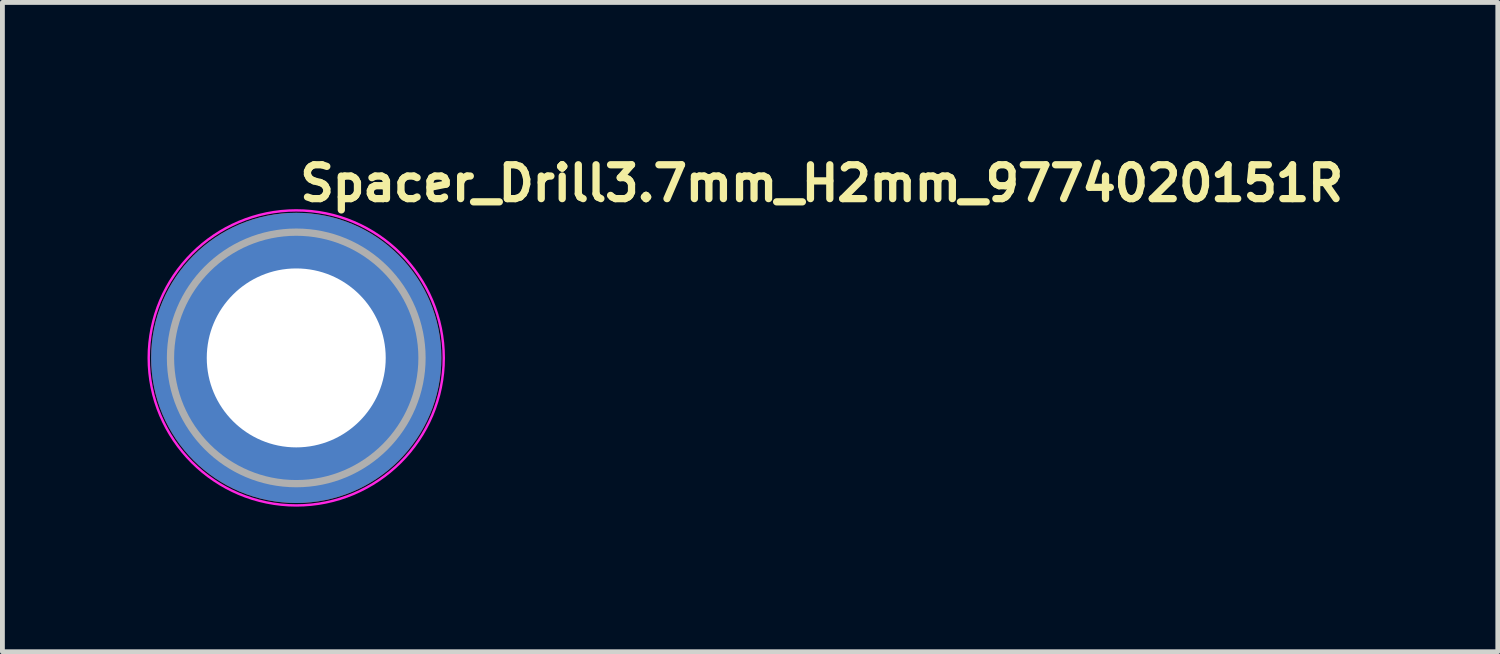
<source format=kicad_pcb>
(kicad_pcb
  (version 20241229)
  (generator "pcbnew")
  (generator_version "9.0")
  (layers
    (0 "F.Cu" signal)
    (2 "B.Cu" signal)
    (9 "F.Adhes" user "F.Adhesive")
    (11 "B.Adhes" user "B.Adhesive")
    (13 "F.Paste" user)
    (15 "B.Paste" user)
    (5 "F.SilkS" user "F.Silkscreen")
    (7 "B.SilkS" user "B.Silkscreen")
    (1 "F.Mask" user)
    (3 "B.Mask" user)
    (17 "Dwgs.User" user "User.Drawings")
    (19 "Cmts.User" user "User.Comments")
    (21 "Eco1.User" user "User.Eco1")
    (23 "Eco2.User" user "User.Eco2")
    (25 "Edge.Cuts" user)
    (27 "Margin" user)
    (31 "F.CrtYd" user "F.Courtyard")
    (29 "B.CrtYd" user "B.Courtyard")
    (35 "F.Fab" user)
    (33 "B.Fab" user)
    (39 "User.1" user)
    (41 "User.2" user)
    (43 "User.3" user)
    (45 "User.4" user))
  (footprint "Spacer_Drill3.7mm_H2mm_9774020151R"
    (layer "F.Cu")
    (at 3.075 4.35)
    (property "Reference" "Spacer_Drill3.7mm_H2mm_9774020151R" (at 0 -3.2 0) (layer "F.SilkS") (effects (font (size 0.7 0.7) (thickness 0.15)) (justify left bottom)))
    (attr smd)
    (fp_circle (center 0 0) (end 3.05 0) (stroke (width 0.05) (type solid)) (fill no) (layer "F.CrtYd"))
    (fp_circle (center 0 0) (end 2.6 0) (stroke (width 0.15) (type solid)) (fill no) (layer "F.Fab"))
    (fp_circle (center 0 0) (end 2.6 0) (stroke (width 0.1) (type solid)) (fill no) (layer "User.5"))
    (fp_circle (center 0 0) (end 1 0) (stroke (width 0.02) (type default)) (fill no) (layer "User.9"))
    (fp_circle (center 0 0) (end 2.55 0) (stroke (width 0.02) (type default)) (fill no) (layer "User.9"))
    (pad "" smd custom (at -1.7 -1.7) (size 0.62 0.62) (layers "F.Paste") (options (anchor circle)) (primitives (gr_arc (start -0.250195 1.279127) (mid 0.285453 0.294389) (end 1.266786 -0.24747) (width 0.2)) (gr_arc (start -0.34334 1.279127) (mid 0.218448 0.232561) (end 1.259603 -0.339191) (width 0.2)) (gr_arc (start -0.436309 1.279127) (mid 0.152481 0.169693) (end 1.255279 -0.431435) (width 0.2)) (gr_arc (start -0.529126 1.279127) (mid 0.087542 0.105784) (end 1.253811 -0.524161) (width 0.2)) (gr_arc (start -0.621807 1.279127) (mid 0.0309 0.033527) (end 1.275473 -0.621136) (width 0.2)) (gr_arc (start -0.71437 1.279127) (mid -0.037758 -0.026651) (end 1.263664 -0.711602) (width 0.2)) (gr_arc (start -0.806826 1.279127) (mid -0.105837 -0.087395) (end 1.253435 -0.802342) (width 0.2)) (gr_arc (start -0.899187 1.279127) (mid -0.165236 -0.156885) (end 1.267475 -0.897258) (width 0.2)) (gr_arc (start -0.991463 1.279127) (mid -0.228522 -0.222449) (end 1.270645 -0.990112) (width 0.2)) (gr_arc (start -1.083663 1.279127) (mid -0.294507 -0.285313) (end 1.266278 -1.081674) (width 0.2)) (gr_line (start 1.279 -0.25) (end 1.279 -1.084) (width 0.2)) (gr_line (start -0.25 1.279) (end -1.084 1.279) (width 0.2))))
    (pad "" smd custom (at -1.7 1.7 90) (size 0.62 0.62) (layers "F.Paste") (options (anchor circle)) (primitives (gr_arc (start -0.250195 1.279127) (mid 0.285453 0.294389) (end 1.266786 -0.24747) (width 0.2)) (gr_arc (start -0.34334 1.279127) (mid 0.218448 0.232561) (end 1.259603 -0.339191) (width 0.2)) (gr_arc (start -0.436309 1.279127) (mid 0.152481 0.169693) (end 1.255279 -0.431435) (width 0.2)) (gr_arc (start -0.529126 1.279127) (mid 0.087542 0.105784) (end 1.253811 -0.524161) (width 0.2)) (gr_arc (start -0.621807 1.279127) (mid 0.0309 0.033527) (end 1.275473 -0.621136) (width 0.2)) (gr_arc (start -0.71437 1.279127) (mid -0.037758 -0.026651) (end 1.263664 -0.711602) (width 0.2)) (gr_arc (start -0.806826 1.279127) (mid -0.105837 -0.087395) (end 1.253435 -0.802342) (width 0.2)) (gr_arc (start -0.899187 1.279127) (mid -0.165236 -0.156885) (end 1.267475 -0.897258) (width 0.2)) (gr_arc (start -0.991463 1.279127) (mid -0.228522 -0.222449) (end 1.270645 -0.990112) (width 0.2)) (gr_arc (start -1.083663 1.279127) (mid -0.294507 -0.285313) (end 1.266278 -1.081674) (width 0.2)) (gr_line (start 1.279 -0.25) (end 1.279 -1.084) (width 0.2)) (gr_line (start -0.25 1.279) (end -1.084 1.279) (width 0.2))))
    (pad "" smd custom (at 1.7 -1.7 270) (size 0.62 0.62) (layers "F.Paste") (options (anchor circle)) (primitives (gr_arc (start -0.250195 1.279127) (mid 0.285453 0.294389) (end 1.266786 -0.24747) (width 0.2)) (gr_arc (start -0.34334 1.279127) (mid 0.218448 0.232561) (end 1.259603 -0.339191) (width 0.2)) (gr_arc (start -0.436309 1.279127) (mid 0.152481 0.169693) (end 1.255279 -0.431435) (width 0.2)) (gr_arc (start -0.529126 1.279127) (mid 0.087542 0.105784) (end 1.253811 -0.524161) (width 0.2)) (gr_arc (start -0.621807 1.279127) (mid 0.0309 0.033527) (end 1.275473 -0.621136) (width 0.2)) (gr_arc (start -0.71437 1.279127) (mid -0.037758 -0.026651) (end 1.263664 -0.711602) (width 0.2)) (gr_arc (start -0.806826 1.279127) (mid -0.105837 -0.087395) (end 1.253435 -0.802342) (width 0.2)) (gr_arc (start -0.899187 1.279127) (mid -0.165236 -0.156885) (end 1.267475 -0.897258) (width 0.2)) (gr_arc (start -0.991463 1.279127) (mid -0.228522 -0.222449) (end 1.270645 -0.990112) (width 0.2)) (gr_arc (start -1.083663 1.279127) (mid -0.294507 -0.285313) (end 1.266278 -1.081674) (width 0.2)) (gr_line (start 1.279 -0.25) (end 1.279 -1.084) (width 0.2)) (gr_line (start -0.25 1.279) (end -1.084 1.279) (width 0.2))))
    (pad "" smd custom (at 1.7 1.7 180) (size 0.62 0.62) (layers "F.Paste") (options (anchor circle)) (primitives (gr_arc (start -0.250195 1.279127) (mid 0.285453 0.294389) (end 1.266786 -0.24747) (width 0.2)) (gr_arc (start -0.34334 1.279127) (mid 0.218448 0.232561) (end 1.259603 -0.339191) (width 0.2)) (gr_arc (start -0.436309 1.279127) (mid 0.152481 0.169693) (end 1.255279 -0.431435) (width 0.2)) (gr_arc (start -0.529126 1.279127) (mid 0.087542 0.105784) (end 1.253811 -0.524161) (width 0.2)) (gr_arc (start -0.621807 1.279127) (mid 0.0309 0.033527) (end 1.275473 -0.621136) (width 0.2)) (gr_arc (start -0.71437 1.279127) (mid -0.037758 -0.026651) (end 1.263664 -0.711602) (width 0.2)) (gr_arc (start -0.806826 1.279127) (mid -0.105837 -0.087395) (end 1.253435 -0.802342) (width 0.2)) (gr_arc (start -0.899187 1.279127) (mid -0.165236 -0.156885) (end 1.267475 -0.897258) (width 0.2)) (gr_arc (start -0.991463 1.279127) (mid -0.228522 -0.222449) (end 1.270645 -0.990112) (width 0.2)) (gr_arc (start -1.083663 1.279127) (mid -0.294507 -0.285313) (end 1.266278 -1.081674) (width 0.2)) (gr_line (start 1.279 -0.25) (end 1.279 -1.084) (width 0.2)) (gr_line (start -0.25 1.279) (end -1.084 1.279) (width 0.2))))
    (pad "1" thru_hole circle (at 0 0) (size 6 6) (drill 3.7) (layers "*.Cu" "*.Mask")))
  (gr_rect
    (start -3 -3)
    (end 27.918 10.425)
    (stroke (width 0.1) (type default))
    (fill no)
    (layer "Edge.Cuts")))
</source>
